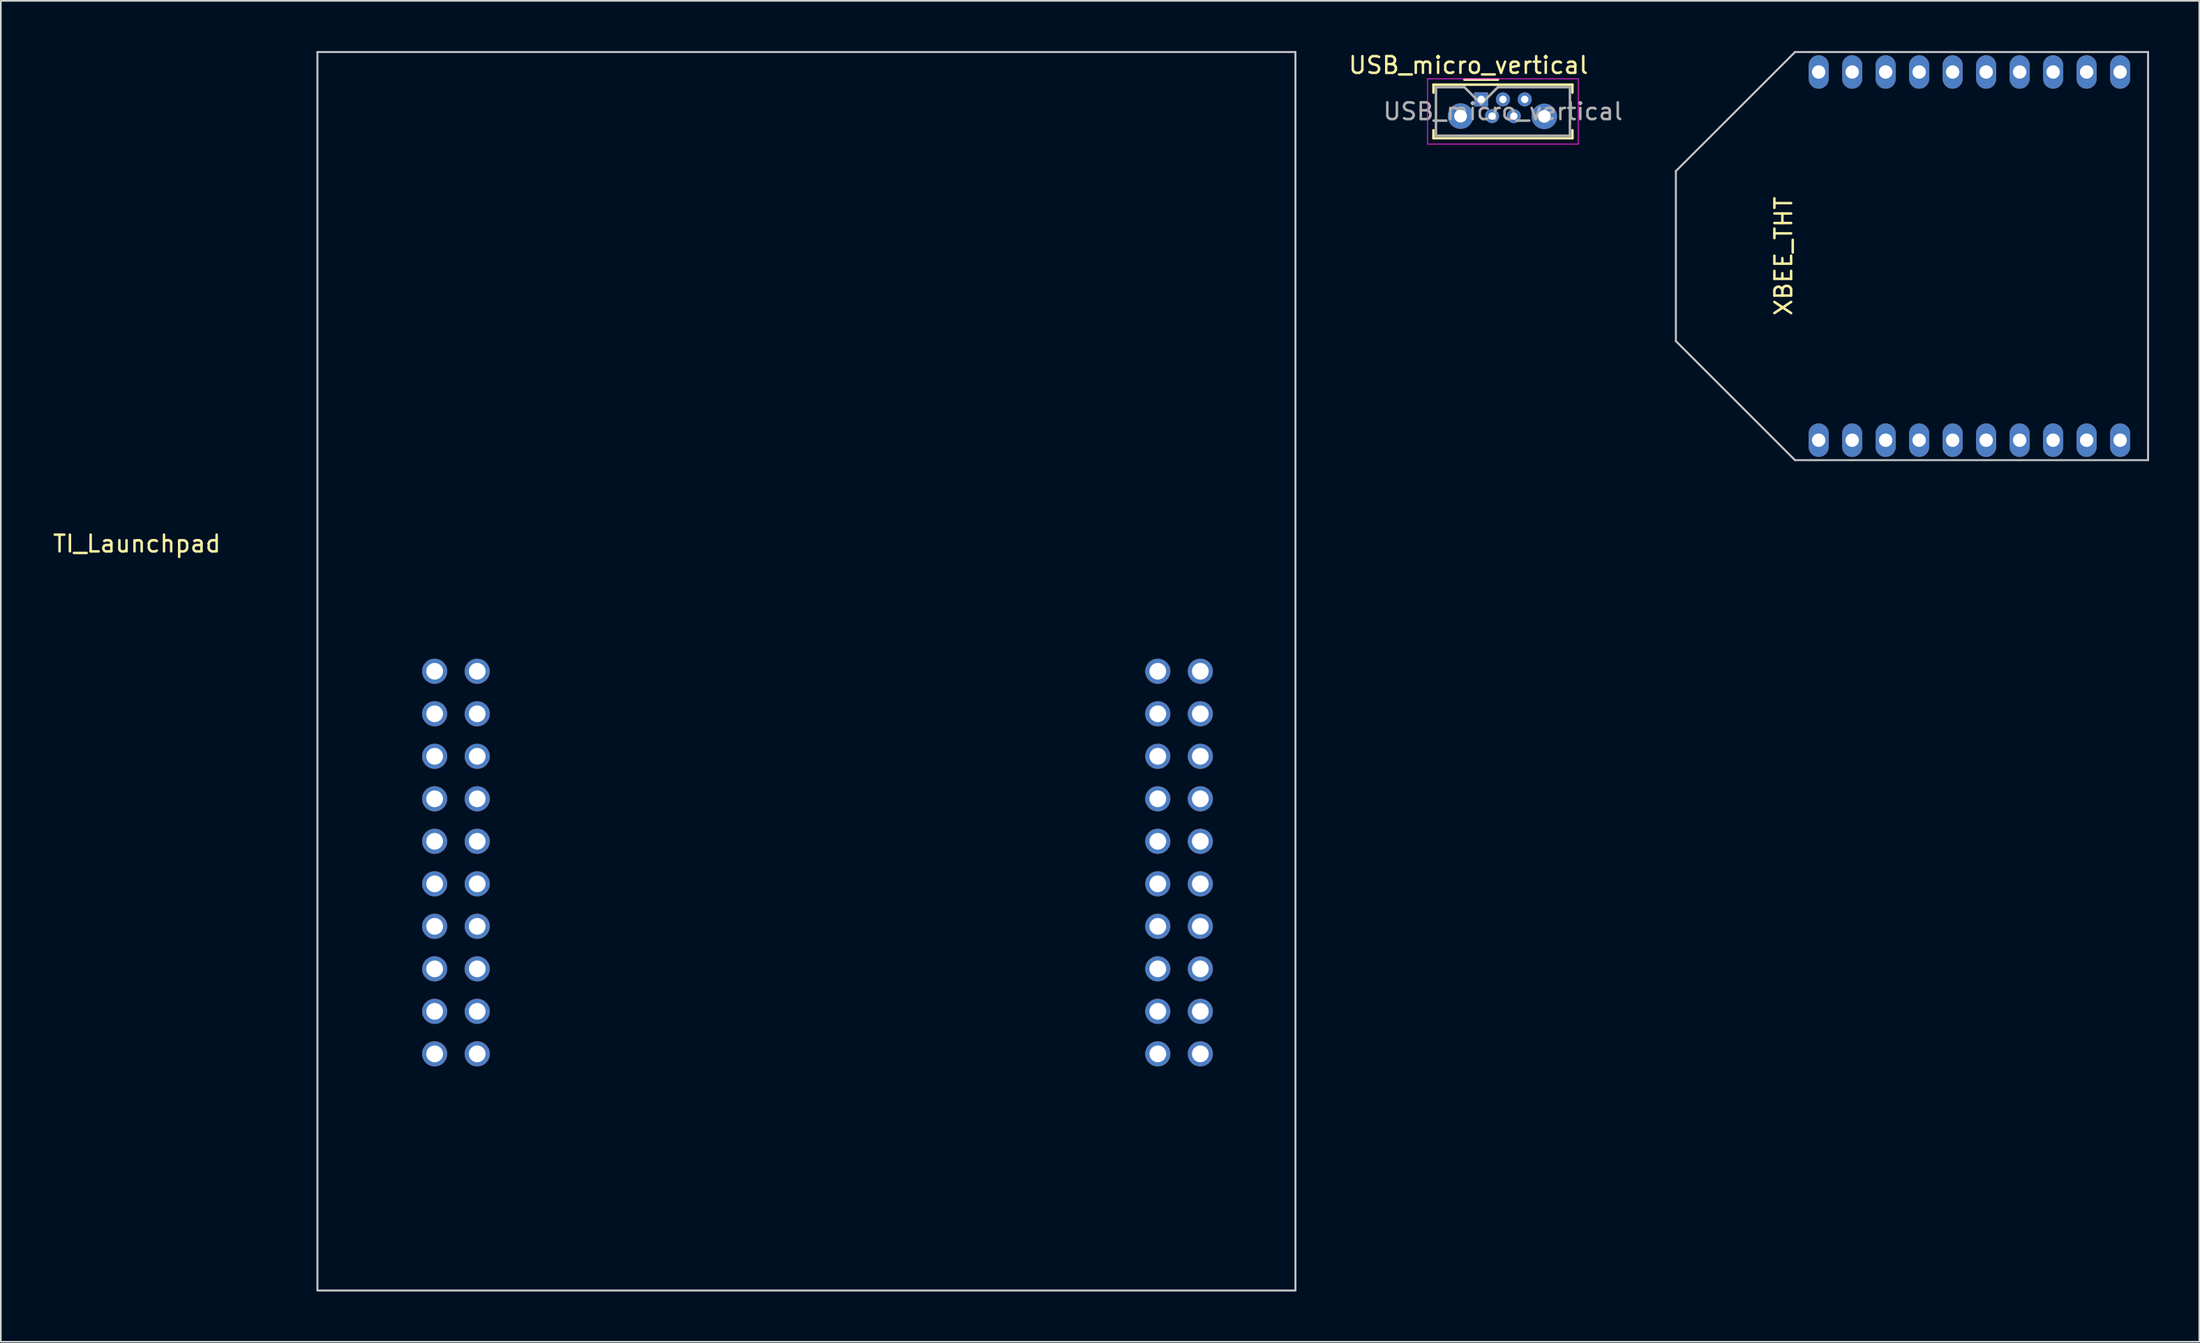
<source format=kicad_pcb>
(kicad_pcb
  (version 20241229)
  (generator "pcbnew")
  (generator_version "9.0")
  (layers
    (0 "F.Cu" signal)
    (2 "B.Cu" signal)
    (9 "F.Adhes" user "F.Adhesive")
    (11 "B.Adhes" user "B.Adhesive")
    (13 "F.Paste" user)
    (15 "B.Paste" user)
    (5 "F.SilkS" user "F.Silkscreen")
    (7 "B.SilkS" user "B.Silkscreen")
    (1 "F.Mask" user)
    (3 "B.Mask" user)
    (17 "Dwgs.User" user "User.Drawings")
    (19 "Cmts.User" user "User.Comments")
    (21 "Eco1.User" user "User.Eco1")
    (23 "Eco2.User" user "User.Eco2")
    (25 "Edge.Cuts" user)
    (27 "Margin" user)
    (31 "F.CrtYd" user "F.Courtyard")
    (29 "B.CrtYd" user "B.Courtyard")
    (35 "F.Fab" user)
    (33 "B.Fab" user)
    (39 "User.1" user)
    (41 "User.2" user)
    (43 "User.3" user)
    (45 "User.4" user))
  (footprint "TI_Launchpad"
    (layer "F.Cu")
    (at 22.905 37.06)
    (property "Reference" "TI_Launchpad" (at -17.78 -7.62 0) (layer "F.SilkS") (effects (font (size 1 1) (thickness 0.15))))
    (attr through_hole)
    (fp_line (start -7 -37) (end -7 37) (stroke (width 0.12) (type solid)) (layer "Dwgs.User"))
    (fp_line (start -7 37) (end 51.4 37) (stroke (width 0.12) (type solid)) (layer "Dwgs.User"))
    (fp_line (start 51.4 -37) (end -7 -37) (stroke (width 0.12) (type solid)) (layer "Dwgs.User"))
    (fp_line (start 51.4 37) (end 51.4 -37) (stroke (width 0.12) (type solid)) (layer "Dwgs.User"))
    (pad "1" thru_hole circle (at 0 0) (size 1.5 1.5) (drill 1) (layers "*.Cu" "*.Mask"))
    (pad "2" thru_hole circle (at 0 2.54) (size 1.5 1.5) (drill 1) (layers "*.Cu" "*.Mask"))
    (pad "3" thru_hole circle (at 0 5.08) (size 1.5 1.5) (drill 1) (layers "*.Cu" "*.Mask"))
    (pad "4" thru_hole circle (at 0 7.62) (size 1.5 1.5) (drill 1) (layers "*.Cu" "*.Mask"))
    (pad "5" thru_hole circle (at 0 10.16) (size 1.5 1.5) (drill 1) (layers "*.Cu" "*.Mask"))
    (pad "6" thru_hole circle (at 0 12.7) (size 1.5 1.5) (drill 1) (layers "*.Cu" "*.Mask"))
    (pad "7" thru_hole circle (at 0 15.24) (size 1.5 1.5) (drill 1) (layers "*.Cu" "*.Mask"))
    (pad "8" thru_hole circle (at 0 17.78) (size 1.5 1.5) (drill 1) (layers "*.Cu" "*.Mask"))
    (pad "9" thru_hole circle (at 0 20.32) (size 1.5 1.5) (drill 1) (layers "*.Cu" "*.Mask"))
    (pad "10" thru_hole circle (at 0 22.86) (size 1.5 1.5) (drill 1) (layers "*.Cu" "*.Mask"))
    (pad "11" thru_hole circle (at 45.72 22.86) (size 1.5 1.5) (drill 1) (layers "*.Cu" "*.Mask"))
    (pad "12" thru_hole circle (at 45.72 20.32) (size 1.5 1.5) (drill 1) (layers "*.Cu" "*.Mask"))
    (pad "13" thru_hole circle (at 45.72 17.78) (size 1.5 1.5) (drill 1) (layers "*.Cu" "*.Mask"))
    (pad "14" thru_hole circle (at 45.72 15.24) (size 1.5 1.5) (drill 1) (layers "*.Cu" "*.Mask"))
    (pad "15" thru_hole circle (at 45.72 12.7) (size 1.5 1.5) (drill 1) (layers "*.Cu" "*.Mask"))
    (pad "16" thru_hole circle (at 45.72 10.16) (size 1.5 1.5) (drill 1) (layers "*.Cu" "*.Mask"))
    (pad "17" thru_hole circle (at 45.72 7.62) (size 1.5 1.5) (drill 1) (layers "*.Cu" "*.Mask"))
    (pad "18" thru_hole circle (at 45.72 5.08) (size 1.5 1.5) (drill 1) (layers "*.Cu" "*.Mask"))
    (pad "19" thru_hole circle (at 45.72 2.54) (size 1.5 1.5) (drill 1) (layers "*.Cu" "*.Mask"))
    (pad "20" thru_hole circle (at 45.72 0) (size 1.5 1.5) (drill 1) (layers "*.Cu" "*.Mask"))
    (pad "21" thru_hole circle (at 2.54 0) (size 1.5 1.5) (drill 1) (layers "*.Cu" "*.Mask"))
    (pad "22" thru_hole circle (at 2.54 2.54) (size 1.5 1.5) (drill 1) (layers "*.Cu" "*.Mask"))
    (pad "23" thru_hole circle (at 2.54 5.08) (size 1.5 1.5) (drill 1) (layers "*.Cu" "*.Mask"))
    (pad "24" thru_hole circle (at 2.54 7.62) (size 1.5 1.5) (drill 1) (layers "*.Cu" "*.Mask"))
    (pad "25" thru_hole circle (at 2.54 10.16) (size 1.5 1.5) (drill 1) (layers "*.Cu" "*.Mask"))
    (pad "26" thru_hole circle (at 2.54 12.7) (size 1.5 1.5) (drill 1) (layers "*.Cu" "*.Mask"))
    (pad "27" thru_hole circle (at 2.54 15.24) (size 1.5 1.5) (drill 1) (layers "*.Cu" "*.Mask"))
    (pad "28" thru_hole circle (at 2.54 17.78) (size 1.5 1.5) (drill 1) (layers "*.Cu" "*.Mask"))
    (pad "29" thru_hole circle (at 2.54 20.32) (size 1.5 1.5) (drill 1) (layers "*.Cu" "*.Mask"))
    (pad "30" thru_hole circle (at 2.54 22.86) (size 1.5 1.5) (drill 1) (layers "*.Cu" "*.Mask"))
    (pad "31" thru_hole circle (at 43.18 22.86) (size 1.5 1.5) (drill 1) (layers "*.Cu" "*.Mask"))
    (pad "32" thru_hole circle (at 43.18 20.32) (size 1.5 1.5) (drill 1) (layers "*.Cu" "*.Mask"))
    (pad "33" thru_hole circle (at 43.18 17.78) (size 1.5 1.5) (drill 1) (layers "*.Cu" "*.Mask"))
    (pad "34" thru_hole circle (at 43.18 15.24) (size 1.5 1.5) (drill 1) (layers "*.Cu" "*.Mask"))
    (pad "35" thru_hole circle (at 43.18 12.7) (size 1.5 1.5) (drill 1) (layers "*.Cu" "*.Mask"))
    (pad "36" thru_hole circle (at 43.18 10.16) (size 1.5 1.5) (drill 1) (layers "*.Cu" "*.Mask"))
    (pad "37" thru_hole circle (at 43.18 7.62) (size 1.5 1.5) (drill 1) (layers "*.Cu" "*.Mask"))
    (pad "38" thru_hole circle (at 43.18 5.08) (size 1.5 1.5) (drill 1) (layers "*.Cu" "*.Mask"))
    (pad "39" thru_hole circle (at 43.18 2.54) (size 1.5 1.5) (drill 1) (layers "*.Cu" "*.Mask"))
    (pad "40" thru_hole circle (at 43.18 0) (size 1.5 1.5) (drill 1) (layers "*.Cu" "*.Mask")))
  (footprint "USB_micro_vertical"
    (layer "F.Cu")
    (at 86.665 2.888)
    (property "Reference" "USB_micro_vertical" (at -2.032 -2.04 0) (layer "F.SilkS") (effects (font (size 1 1) (thickness 0.15))))
    (attr through_hole)
    (fp_line (start -4.12 -0.88) (end 4.18 -0.88) (stroke (width 0.15) (type solid)) (layer "F.SilkS"))
    (fp_line (start -4.12 -0.405) (end -4.12 -0.88) (stroke (width 0.15) (type solid)) (layer "F.SilkS"))
    (fp_line (start -4.12 1.845) (end -4.12 2.32) (stroke (width 0.15) (type solid)) (layer "F.SilkS"))
    (fp_line (start -4.12 2.32) (end 4.18 2.32) (stroke (width 0.15) (type solid)) (layer "F.SilkS"))
    (fp_line (start -2.27 -1.18) (end -0.27 -1.18) (stroke (width 0.15) (type solid)) (layer "F.SilkS"))
    (fp_line (start 4.18 -0.88) (end 4.18 -0.405) (stroke (width 0.15) (type solid)) (layer "F.SilkS"))
    (fp_line (start 4.18 2.32) (end 4.18 1.845) (stroke (width 0.15) (type solid)) (layer "F.SilkS"))
    (fp_line (start -4.47 -1.23) (end -4.47 2.67) (stroke (width 0.05) (type solid)) (layer "F.CrtYd"))
    (fp_line (start -4.47 2.67) (end 4.53 2.67) (stroke (width 0.05) (type solid)) (layer "F.CrtYd"))
    (fp_line (start 4.53 -1.23) (end -4.47 -1.23) (stroke (width 0.05) (type solid)) (layer "F.CrtYd"))
    (fp_line (start 4.53 2.67) (end 4.53 -1.23) (stroke (width 0.05) (type solid)) (layer "F.CrtYd"))
    (fp_line (start -3.97 -0.73) (end -2.27 -0.73) (stroke (width 0.15) (type solid)) (layer "F.Fab"))
    (fp_line (start -3.97 2.17) (end -3.97 -0.73) (stroke (width 0.15) (type solid)) (layer "F.Fab"))
    (fp_line (start -2.27 -0.73) (end -1.27 0.27) (stroke (width 0.15) (type solid)) (layer "F.Fab"))
    (fp_line (start -1.27 0.27) (end -0.27 -0.73) (stroke (width 0.15) (type solid)) (layer "F.Fab"))
    (fp_line (start -0.27 -0.73) (end 4.03 -0.73) (stroke (width 0.15) (type solid)) (layer "F.Fab"))
    (fp_line (start 4.03 -0.73) (end 4.03 2.17) (stroke (width 0.15) (type solid)) (layer "F.Fab"))
    (fp_line (start 4.03 2.17) (end -3.97 2.17) (stroke (width 0.15) (type solid)) (layer "F.Fab"))
    (fp_text user "${REFERENCE}" (at 0.03 0.72 0) (layer "F.Fab") (effects (font (size 1 1) (thickness 0.15))))
    (pad "1" thru_hole rect (at -1.27 0) (size 0.84 0.84) (drill 0.44) (layers "*.Cu" "*.Mask"))
    (pad "2" thru_hole circle (at -0.62 1) (size 0.84 0.84) (drill 0.44) (layers "*.Cu" "*.Mask"))
    (pad "3" thru_hole circle (at 0.03 0) (size 0.84 0.84) (drill 0.44) (layers "*.Cu" "*.Mask"))
    (pad "4" thru_hole circle (at 0.68 1) (size 0.84 0.84) (drill 0.44) (layers "*.Cu" "*.Mask"))
    (pad "5" thru_hole circle (at 1.33 0) (size 0.84 0.84) (drill 0.44) (layers "*.Cu" "*.Mask"))
    (pad "6" thru_hole circle (at -2.5 1) (size 1.524 1.524) (drill 0.762) (layers "*.Cu" "*.Mask"))
    (pad "6" thru_hole circle (at 2.5 1.016) (size 1.524 1.524) (drill 0.762) (layers "*.Cu" "*.Mask")))
  (footprint "XBEE_THT"
    (layer "F.Cu")
    (at 114.549 12.252)
    (property "Reference" "XBEE_THT" (at -11.1 0 90) (layer "F.SilkS") (effects (font (size 1 1) (thickness 0.15))))
    (attr through_hole)
    (fp_line (start -17.526 -5.08) (end -17.526 5.08) (stroke (width 0.12) (type solid)) (layer "Dwgs.User"))
    (fp_line (start -17.526 5.08) (end -10.414 12.192) (stroke (width 0.12) (type solid)) (layer "Dwgs.User"))
    (fp_line (start -10.414 -12.192) (end -17.526 -5.08) (stroke (width 0.12) (type solid)) (layer "Dwgs.User"))
    (fp_line (start -10.414 12.192) (end 10.668 12.192) (stroke (width 0.12) (type solid)) (layer "Dwgs.User"))
    (fp_line (start 10.668 -12.192) (end -10.414 -12.192) (stroke (width 0.12) (type solid)) (layer "Dwgs.User"))
    (fp_line (start 10.668 12.192) (end 10.668 -12.192) (stroke (width 0.12) (type solid)) (layer "Dwgs.User"))
    (pad "1" thru_hole oval (at -9 11) (size 1.2 2) (drill 0.8) (layers "*.Cu" "*.Mask"))
    (pad "2" thru_hole oval (at -7 11) (size 1.2 2) (drill 0.8) (layers "*.Cu" "*.Mask"))
    (pad "3" thru_hole oval (at -5 11) (size 1.2 2) (drill 0.8) (layers "*.Cu" "*.Mask"))
    (pad "4" thru_hole oval (at -3 11) (size 1.2 2) (drill 0.8) (layers "*.Cu" "*.Mask"))
    (pad "5" thru_hole oval (at -1 11) (size 1.2 2) (drill 0.8) (layers "*.Cu" "*.Mask"))
    (pad "6" thru_hole oval (at 1 11) (size 1.2 2) (drill 0.8) (layers "*.Cu" "*.Mask"))
    (pad "7" thru_hole oval (at 3 11) (size 1.2 2) (drill 0.8) (layers "*.Cu" "*.Mask"))
    (pad "8" thru_hole oval (at 5 11) (size 1.2 2) (drill 0.8) (layers "*.Cu" "*.Mask"))
    (pad "9" thru_hole oval (at 7 11) (size 1.2 2) (drill 0.8) (layers "*.Cu" "*.Mask"))
    (pad "10" thru_hole oval (at 9 11) (size 1.2 2) (drill 0.8) (layers "*.Cu" "*.Mask"))
    (pad "11" thru_hole oval (at 9 -11) (size 1.2 2) (drill 0.8) (layers "*.Cu" "*.Mask"))
    (pad "12" thru_hole oval (at 7 -11) (size 1.2 2) (drill 0.8) (layers "*.Cu" "*.Mask"))
    (pad "13" thru_hole oval (at 5 -11) (size 1.2 2) (drill 0.8) (layers "*.Cu" "*.Mask"))
    (pad "14" thru_hole oval (at 3 -11) (size 1.2 2) (drill 0.8) (layers "*.Cu" "*.Mask"))
    (pad "15" thru_hole oval (at 1 -11) (size 1.2 2) (drill 0.8) (layers "*.Cu" "*.Mask"))
    (pad "16" thru_hole oval (at -1 -11) (size 1.2 2) (drill 0.8) (layers "*.Cu" "*.Mask"))
    (pad "17" thru_hole oval (at -3 -11) (size 1.2 2) (drill 0.8) (layers "*.Cu" "*.Mask"))
    (pad "18" thru_hole oval (at -5 -11) (size 1.2 2) (drill 0.8) (layers "*.Cu" "*.Mask"))
    (pad "19" thru_hole oval (at -7 -11) (size 1.2 2) (drill 0.8) (layers "*.Cu" "*.Mask"))
    (pad "20" thru_hole oval (at -9 -11) (size 1.2 2) (drill 0.8) (layers "*.Cu" "*.Mask")))
  (gr_rect
    (start -3 -3)
    (end 128.277 77.12)
    (stroke (width 0.1) (type default))
    (fill no)
    (layer "Edge.Cuts")))
</source>
